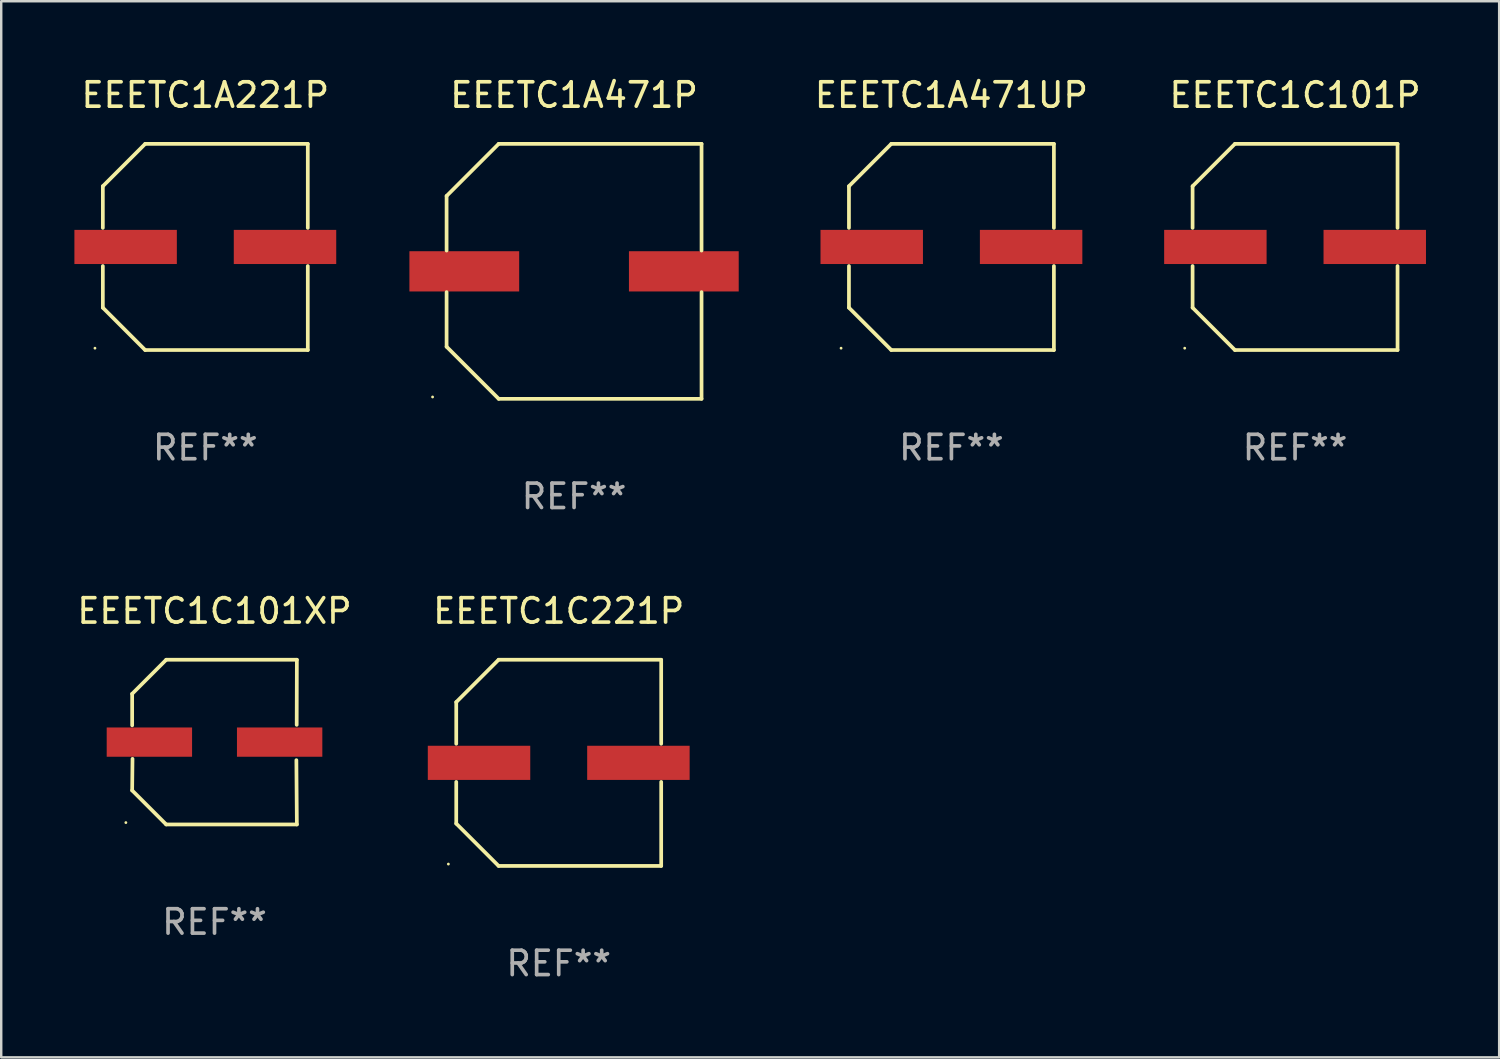
<source format=kicad_pcb>
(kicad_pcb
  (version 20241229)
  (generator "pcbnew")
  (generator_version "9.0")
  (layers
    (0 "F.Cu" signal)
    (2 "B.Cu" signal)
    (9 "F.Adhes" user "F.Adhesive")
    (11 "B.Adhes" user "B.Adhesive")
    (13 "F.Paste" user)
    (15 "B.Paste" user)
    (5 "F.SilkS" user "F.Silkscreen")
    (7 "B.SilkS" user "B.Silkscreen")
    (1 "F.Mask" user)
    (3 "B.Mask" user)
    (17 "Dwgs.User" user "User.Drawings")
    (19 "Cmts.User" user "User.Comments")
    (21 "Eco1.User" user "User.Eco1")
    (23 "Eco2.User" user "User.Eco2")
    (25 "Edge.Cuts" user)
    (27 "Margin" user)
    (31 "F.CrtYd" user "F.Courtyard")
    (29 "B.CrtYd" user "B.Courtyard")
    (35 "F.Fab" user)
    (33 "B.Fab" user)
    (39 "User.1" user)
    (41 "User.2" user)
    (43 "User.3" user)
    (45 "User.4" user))
  (footprint "EEETC1A471P"
    (layer "F.Cu")
    (at 20.484 8.074)
    (property "Reference" "EEETC1A471P" (at 0 -7.226 0) (layer "F.SilkS") (effects (font (size 1 1) (thickness 0.15))))
    (attr through_hole)
    (fp_line (start -5.226 -3.09) (end -5.226 -0.852) (stroke (width 0.152) (type solid)) (layer "F.SilkS"))
    (fp_line (start -5.226 3.09) (end -5.226 0.852) (stroke (width 0.152) (type solid)) (layer "F.SilkS"))
    (fp_line (start -3.09 -5.226) (end -5.226 -3.09) (stroke (width 0.152) (type solid)) (layer "F.SilkS"))
    (fp_line (start -3.09 5.226) (end -5.226 3.09) (stroke (width 0.152) (type solid)) (layer "F.SilkS"))
    (fp_line (start 5.226 -5.226) (end -3.09 -5.226) (stroke (width 0.152) (type solid)) (layer "F.SilkS"))
    (fp_line (start 5.226 -0.852) (end 5.226 -5.226) (stroke (width 0.152) (type solid)) (layer "F.SilkS"))
    (fp_line (start 5.226 0.852) (end 5.226 5.226) (stroke (width 0.152) (type solid)) (layer "F.SilkS"))
    (fp_line (start 5.226 5.226) (end -3.09 5.226) (stroke (width 0.152) (type solid)) (layer "F.SilkS"))
    (fp_circle (center -5.8 5.15) (end -5.77 5.15) (stroke (width 0.06) (type solid)) (fill no) (layer "F.SilkS"))
    (fp_text user "REF**" (at 0 9.226 0) (layer "F.Fab") (effects (font (size 1 1) (thickness 0.15))))
    (pad "1" smd rect (at -4.5 0) (size 4.5 1.65) (layers "F.Cu" "F.Mask" "F.Paste"))
    (pad "2" smd rect (at 4.5 0) (size 4.5 1.65) (layers "F.Cu" "F.Mask" "F.Paste")))
  (footprint "EEETC1C221P"
    (layer "F.Cu")
    (at 19.855 28.223)
    (property "Reference" "EEETC1C221P" (at 0 -6.226 0) (layer "F.SilkS") (effects (font (size 1 1) (thickness 0.15))))
    (attr through_hole)
    (fp_line (start -4.201 -2.49) (end -4.201 -0.782) (stroke (width 0.152) (type solid)) (layer "F.SilkS"))
    (fp_line (start -4.201 2.49) (end -4.201 0.782) (stroke (width 0.152) (type solid)) (layer "F.SilkS"))
    (fp_line (start -2.465 -4.226) (end -4.201 -2.49) (stroke (width 0.152) (type solid)) (layer "F.SilkS"))
    (fp_line (start -2.465 4.226) (end -4.201 2.49) (stroke (width 0.152) (type solid)) (layer "F.SilkS"))
    (fp_line (start 4.201 -4.226) (end -2.465 -4.226) (stroke (width 0.152) (type solid)) (layer "F.SilkS"))
    (fp_line (start 4.201 -0.782) (end 4.201 -4.226) (stroke (width 0.152) (type solid)) (layer "F.SilkS"))
    (fp_line (start 4.201 0.782) (end 4.201 4.226) (stroke (width 0.152) (type solid)) (layer "F.SilkS"))
    (fp_line (start 4.201 4.226) (end -2.465 4.226) (stroke (width 0.152) (type solid)) (layer "F.SilkS"))
    (fp_circle (center -4.524 4.15) (end -4.494 4.15) (stroke (width 0.06) (type solid)) (fill no) (layer "F.SilkS"))
    (fp_text user "REF**" (at 0 8.226 0) (layer "F.Fab") (effects (font (size 1 1) (thickness 0.15))))
    (pad "1" smd rect (at -3.267 0) (size 4.2 1.4) (layers "F.Cu" "F.Mask" "F.Paste"))
    (pad "2" smd rect (at 3.267 0) (size 4.2 1.4) (layers "F.Cu" "F.Mask" "F.Paste")))
  (footprint "EEETC1C101P"
    (layer "F.Cu")
    (at 50.042 7.074)
    (property "Reference" "EEETC1C101P" (at 0 -6.226 0) (layer "F.SilkS") (effects (font (size 1 1) (thickness 0.15))))
    (attr through_hole)
    (fp_line (start -4.201 -2.49) (end -4.201 -0.782) (stroke (width 0.152) (type solid)) (layer "F.SilkS"))
    (fp_line (start -4.201 2.49) (end -4.201 0.782) (stroke (width 0.152) (type solid)) (layer "F.SilkS"))
    (fp_line (start -2.465 -4.226) (end -4.201 -2.49) (stroke (width 0.152) (type solid)) (layer "F.SilkS"))
    (fp_line (start -2.465 4.226) (end -4.201 2.49) (stroke (width 0.152) (type solid)) (layer "F.SilkS"))
    (fp_line (start 4.201 -4.226) (end -2.465 -4.226) (stroke (width 0.152) (type solid)) (layer "F.SilkS"))
    (fp_line (start 4.201 -0.782) (end 4.201 -4.226) (stroke (width 0.152) (type solid)) (layer "F.SilkS"))
    (fp_line (start 4.201 0.782) (end 4.201 4.226) (stroke (width 0.152) (type solid)) (layer "F.SilkS"))
    (fp_line (start 4.201 4.226) (end -2.465 4.226) (stroke (width 0.152) (type solid)) (layer "F.SilkS"))
    (fp_circle (center -4.524 4.15) (end -4.494 4.15) (stroke (width 0.06) (type solid)) (fill no) (layer "F.SilkS"))
    (fp_text user "REF**" (at 0 8.226 0) (layer "F.Fab") (effects (font (size 1 1) (thickness 0.15))))
    (pad "1" smd rect (at -3.267 0) (size 4.2 1.4) (layers "F.Cu" "F.Mask" "F.Paste"))
    (pad "2" smd rect (at 3.267 0) (size 4.2 1.4) (layers "F.Cu" "F.Mask" "F.Paste")))
  (footprint "EEETC1C101XP"
    (layer "F.Cu")
    (at 5.744 27.373)
    (property "Reference" "EEETC1C101XP" (at 0 -5.376 0) (layer "F.SilkS") (effects (font (size 1 1) (thickness 0.15))))
    (attr through_hole)
    (fp_line (start -3.376 -1.98) (end -3.376 -0.686) (stroke (width 0.152) (type solid)) (layer "F.SilkS"))
    (fp_line (start -3.376 1.981) (end -3.362 0.686) (stroke (width 0.152) (type solid)) (layer "F.SilkS"))
    (fp_line (start -1.981 3.376) (end -3.376 1.981) (stroke (width 0.152) (type solid)) (layer "F.SilkS"))
    (fp_line (start -1.98 -3.376) (end -3.376 -1.98) (stroke (width 0.152) (type solid)) (layer "F.SilkS"))
    (fp_line (start 3.356 0.74) (end 3.376 3.376) (stroke (width 0.152) (type solid)) (layer "F.SilkS"))
    (fp_line (start 3.369 -0.707) (end 3.376 -3.376) (stroke (width 0.152) (type solid)) (layer "F.SilkS"))
    (fp_line (start 3.376 3.376) (end -1.981 3.376) (stroke (width 0.152) (type solid)) (layer "F.SilkS"))
    (fp_line (start 3.376 -3.376) (end -1.98 -3.376) (stroke (width 0.152) (type solid)) (layer "F.SilkS"))
    (fp_circle (center -3.634 3.3) (end -3.604 3.3) (stroke (width 0.06) (type solid)) (fill no) (layer "F.SilkS"))
    (fp_text user "REF**" (at 0 7.376 0) (layer "F.Fab") (effects (font (size 1 1) (thickness 0.15))))
    (pad "1" smd rect (at -2.67 0.000254) (size 3.5 1.2) (layers "F.Cu" "F.Mask" "F.Paste"))
    (pad "2" smd rect (at 2.67 0.000254) (size 3.5 1.2) (layers "F.Cu" "F.Mask" "F.Paste")))
  (footprint "EEETC1A221P"
    (layer "F.Cu")
    (at 5.367 7.074)
    (property "Reference" "EEETC1A221P" (at 0 -6.226 0) (layer "F.SilkS") (effects (font (size 1 1) (thickness 0.15))))
    (attr through_hole)
    (fp_line (start -4.201 -2.49) (end -4.201 -0.782) (stroke (width 0.152) (type solid)) (layer "F.SilkS"))
    (fp_line (start -4.201 2.49) (end -4.201 0.782) (stroke (width 0.152) (type solid)) (layer "F.SilkS"))
    (fp_line (start -2.465 -4.226) (end -4.201 -2.49) (stroke (width 0.152) (type solid)) (layer "F.SilkS"))
    (fp_line (start -2.465 4.226) (end -4.201 2.49) (stroke (width 0.152) (type solid)) (layer "F.SilkS"))
    (fp_line (start 4.201 -4.226) (end -2.465 -4.226) (stroke (width 0.152) (type solid)) (layer "F.SilkS"))
    (fp_line (start 4.201 -0.782) (end 4.201 -4.226) (stroke (width 0.152) (type solid)) (layer "F.SilkS"))
    (fp_line (start 4.201 0.782) (end 4.201 4.226) (stroke (width 0.152) (type solid)) (layer "F.SilkS"))
    (fp_line (start 4.201 4.226) (end -2.465 4.226) (stroke (width 0.152) (type solid)) (layer "F.SilkS"))
    (fp_circle (center -4.524 4.15) (end -4.494 4.15) (stroke (width 0.06) (type solid)) (fill no) (layer "F.SilkS"))
    (fp_text user "REF**" (at 0 8.226 0) (layer "F.Fab") (effects (font (size 1 1) (thickness 0.15))))
    (pad "1" smd rect (at -3.267 0) (size 4.2 1.4) (layers "F.Cu" "F.Mask" "F.Paste"))
    (pad "2" smd rect (at 3.267 0) (size 4.2 1.4) (layers "F.Cu" "F.Mask" "F.Paste")))
  (footprint "EEETC1A471UP"
    (layer "F.Cu")
    (at 35.954 7.074)
    (property "Reference" "EEETC1A471UP" (at 0 -6.226 0) (layer "F.SilkS") (effects (font (size 1 1) (thickness 0.15))))
    (attr through_hole)
    (fp_line (start -4.201 -2.49) (end -4.201 -0.782) (stroke (width 0.152) (type solid)) (layer "F.SilkS"))
    (fp_line (start -4.201 2.49) (end -4.201 0.782) (stroke (width 0.152) (type solid)) (layer "F.SilkS"))
    (fp_line (start -2.465 -4.226) (end -4.201 -2.49) (stroke (width 0.152) (type solid)) (layer "F.SilkS"))
    (fp_line (start -2.465 4.226) (end -4.201 2.49) (stroke (width 0.152) (type solid)) (layer "F.SilkS"))
    (fp_line (start 4.201 -4.226) (end -2.465 -4.226) (stroke (width 0.152) (type solid)) (layer "F.SilkS"))
    (fp_line (start 4.201 -0.782) (end 4.201 -4.226) (stroke (width 0.152) (type solid)) (layer "F.SilkS"))
    (fp_line (start 4.201 0.782) (end 4.201 4.226) (stroke (width 0.152) (type solid)) (layer "F.SilkS"))
    (fp_line (start 4.201 4.226) (end -2.465 4.226) (stroke (width 0.152) (type solid)) (layer "F.SilkS"))
    (fp_circle (center -4.524 4.15) (end -4.494 4.15) (stroke (width 0.06) (type solid)) (fill no) (layer "F.SilkS"))
    (fp_text user "REF**" (at 0 8.226 0) (layer "F.Fab") (effects (font (size 1 1) (thickness 0.15))))
    (pad "1" smd rect (at -3.267 0) (size 4.2 1.4) (layers "F.Cu" "F.Mask" "F.Paste"))
    (pad "2" smd rect (at 3.267 0) (size 4.2 1.4) (layers "F.Cu" "F.Mask" "F.Paste")))
  (gr_rect
    (start -3 -3)
    (end 58.409 40.298)
    (stroke (width 0.1) (type default))
    (fill no)
    (layer "Edge.Cuts")))
</source>
